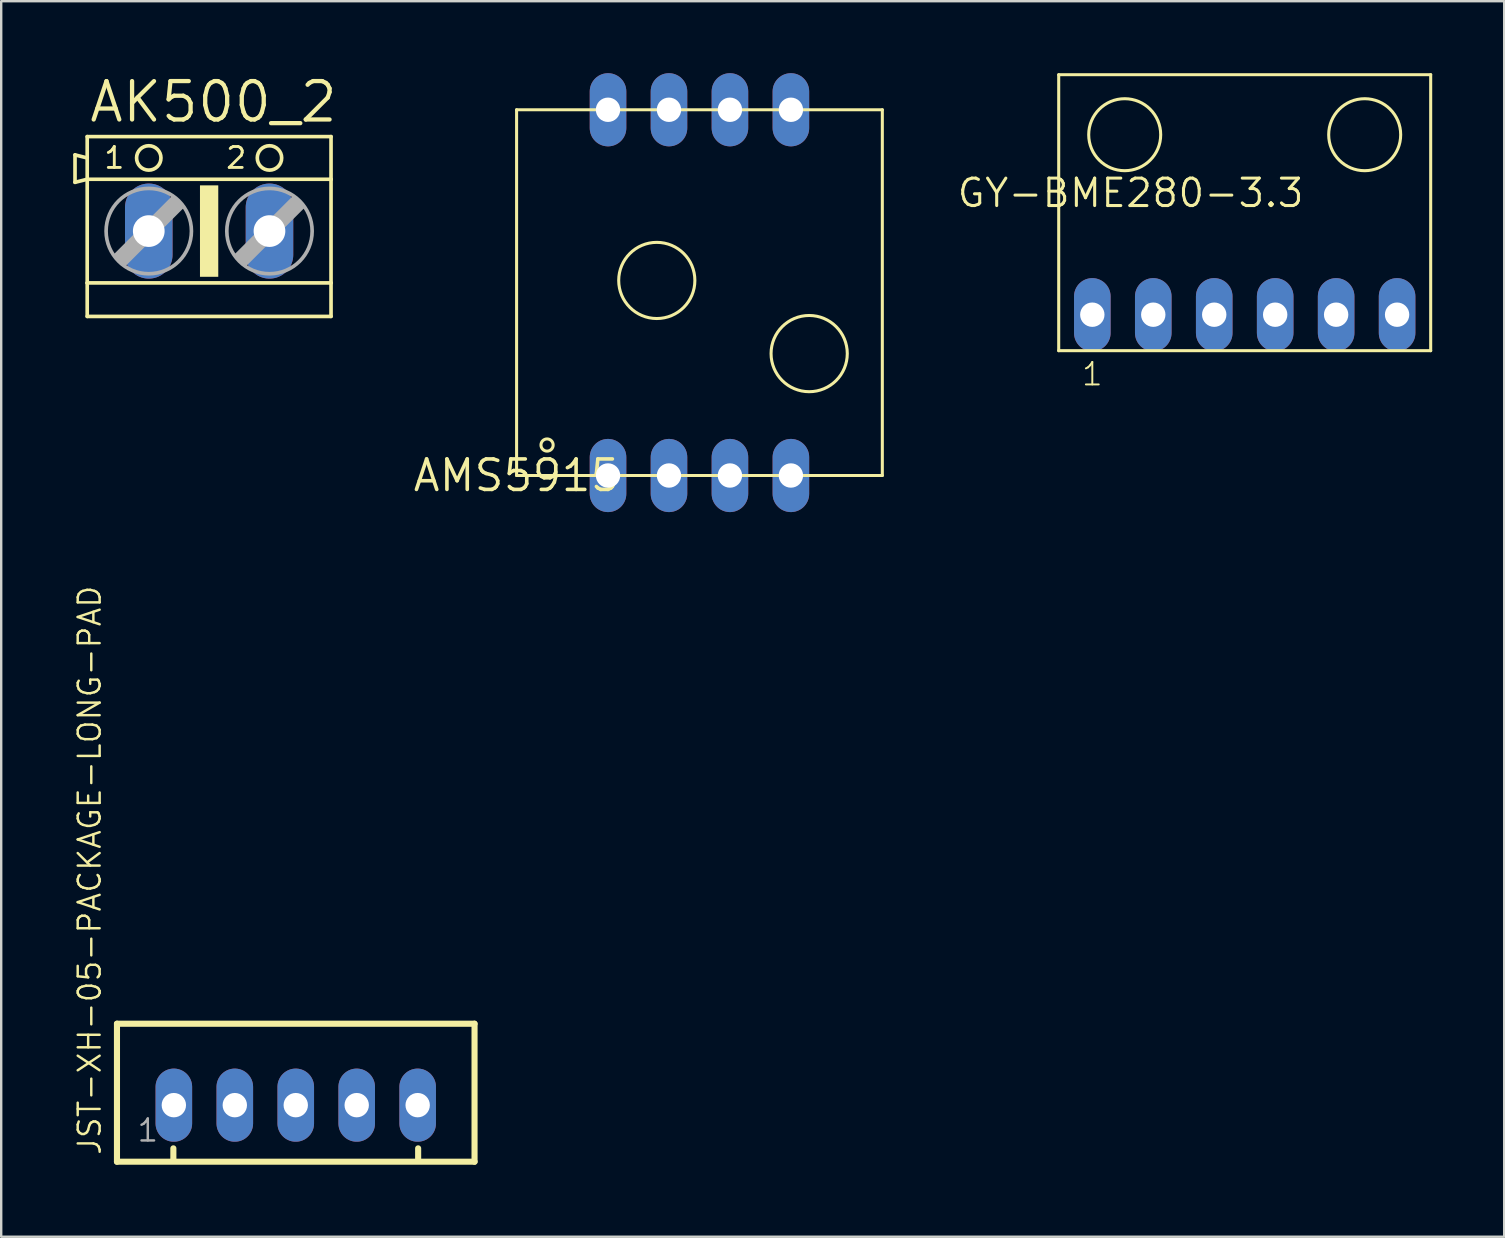
<source format=kicad_pcb>
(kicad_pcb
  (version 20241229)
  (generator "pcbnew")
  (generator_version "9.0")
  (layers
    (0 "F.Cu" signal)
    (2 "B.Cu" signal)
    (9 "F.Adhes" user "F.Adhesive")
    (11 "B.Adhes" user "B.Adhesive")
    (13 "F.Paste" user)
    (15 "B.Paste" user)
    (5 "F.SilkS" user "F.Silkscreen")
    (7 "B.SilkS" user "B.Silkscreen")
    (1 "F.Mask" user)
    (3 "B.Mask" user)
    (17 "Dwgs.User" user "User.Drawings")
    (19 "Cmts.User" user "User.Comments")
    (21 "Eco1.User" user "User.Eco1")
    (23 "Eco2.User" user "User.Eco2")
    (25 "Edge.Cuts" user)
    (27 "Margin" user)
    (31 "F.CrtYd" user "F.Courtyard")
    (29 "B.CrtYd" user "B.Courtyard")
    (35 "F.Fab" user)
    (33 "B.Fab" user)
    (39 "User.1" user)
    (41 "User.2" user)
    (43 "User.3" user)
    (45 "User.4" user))
  (footprint "GY-BME280-3.3"
    (layer "F.Cu")
    (at 48.816 10.293)
    (property "Reference" "GY-BME280-3.3" (at 2.54 -5.969 0) (layer "F.SilkS") (effects (font (size 1.143 1.143) (thickness 0.127)) (justify right top)))
    (fp_line (start -7.75 -10.23) (end 7.75 -10.23) (stroke (width 0.127) (type solid)) (layer "F.SilkS"))
    (fp_line (start -7.75 1.27) (end -7.75 -10.23) (stroke (width 0.127) (type solid)) (layer "F.SilkS"))
    (fp_line (start -7.75 1.27) (end 7.75 1.27) (stroke (width 0.127) (type solid)) (layer "F.SilkS"))
    (fp_line (start 7.75 -10.23) (end 7.75 1.27) (stroke (width 0.127) (type solid)) (layer "F.SilkS"))
    (fp_circle (center -5 -7.73) (end -3.5 -7.73) (stroke (width 0.127) (type solid)) (fill no) (layer "F.SilkS"))
    (fp_circle (center 5 -7.73) (end 6.5 -7.73) (stroke (width 0.127) (type solid)) (fill no) (layer "F.SilkS"))
    (fp_text user "1" (at -6.35 2.794 0) (layer "F.SilkS") (effects (font (size 0.935 0.935) (thickness 0.081)) (justify bottom)))
    (pad "CSB" thru_hole oval (at 3.81 -0.23 270) (size 3.048 1.524) (drill 1.016) (layers "*.Cu" "*.Mask"))
    (pad "GND" thru_hole oval (at -3.81 -0.23 270) (size 3.048 1.524) (drill 1.016) (layers "*.Cu" "*.Mask"))
    (pad "SCL" thru_hole oval (at -1.27 -0.23 270) (size 3.048 1.524) (drill 1.016) (layers "*.Cu" "*.Mask"))
    (pad "SDA" thru_hole oval (at 1.27 -0.23 270) (size 3.048 1.524) (drill 1.016) (layers "*.Cu" "*.Mask"))
    (pad "SDO" thru_hole oval (at 6.35 -0.23 270) (size 3.048 1.524) (drill 1.016) (layers "*.Cu" "*.Mask"))
    (pad "VCC" thru_hole oval (at -6.35 -0.23 270) (size 3.048 1.524) (drill 1.016) (layers "*.Cu" "*.Mask")))
  (footprint "AMS5915"
    (layer "F.Cu")
    (at 18.476 16.764)
    (property "Reference" "AMS5915" (at 0 0 0) (layer "F.SilkS") (effects (font (size 1.27 1.27) (thickness 0.15))))
    (fp_line (start 0 -15.24) (end 15.24 -15.24) (stroke (width 0.127) (type solid)) (layer "F.SilkS"))
    (fp_line (start 0 0) (end 0 -15.24) (stroke (width 0.127) (type solid)) (layer "F.SilkS"))
    (fp_line (start 15.24 -15.24) (end 15.24 0) (stroke (width 0.127) (type solid)) (layer "F.SilkS"))
    (fp_line (start 15.24 0) (end 0 0) (stroke (width 0.127) (type solid)) (layer "F.SilkS"))
    (fp_circle (center 1.27 -1.27) (end 1.524 -1.27) (stroke (width 0.127) (type solid)) (fill no) (layer "F.SilkS"))
    (fp_circle (center 5.842 -8.128) (end 7.429 -8.128) (stroke (width 0.127) (type solid)) (fill no) (layer "F.SilkS"))
    (fp_circle (center 12.192 -5.08) (end 13.78 -5.08) (stroke (width 0.127) (type solid)) (fill no) (layer "F.SilkS"))
    (pad "GND" thru_hole oval (at 3.81 0 90) (size 3.048 1.524) (drill 1.016) (layers "*.Cu" "*.Mask"))
    (pad "NC1" thru_hole oval (at 11.43 -15.24 90) (size 3.048 1.524) (drill 1.016) (layers "*.Cu" "*.Mask"))
    (pad "NC2" thru_hole oval (at 8.89 -15.24 90) (size 3.048 1.524) (drill 1.016) (layers "*.Cu" "*.Mask"))
    (pad "NC3" thru_hole oval (at 6.35 -15.24 90) (size 3.048 1.524) (drill 1.016) (layers "*.Cu" "*.Mask"))
    (pad "NC4" thru_hole oval (at 3.81 -15.24 90) (size 3.048 1.524) (drill 1.016) (layers "*.Cu" "*.Mask"))
    (pad "SCL" thru_hole oval (at 11.43 0 90) (size 3.048 1.524) (drill 1.016) (layers "*.Cu" "*.Mask"))
    (pad "SDA" thru_hole oval (at 8.89 0 90) (size 3.048 1.524) (drill 1.016) (layers "*.Cu" "*.Mask"))
    (pad "VCC" thru_hole oval (at 6.35 0 90) (size 3.048 1.524) (drill 1.016) (layers "*.Cu" "*.Mask")))
  (footprint "JST-XH-05-PACKAGE-LONG-PAD"
    (layer "F.Cu")
    (at 9.274 43.001)
    (property "Reference" "JST-XH-05-PACKAGE-LONG-PAD" (at -8.055 2.14 90) (layer "F.SilkS") (effects (font (size 0.914 0.914) (thickness 0.102)) (justify left bottom)))
    (fp_line (start -7.45 -3.393) (end -7.45 2.357) (stroke (width 0.254) (type solid)) (layer "F.SilkS"))
    (fp_line (start -7.45 2.357) (end 7.45 2.357) (stroke (width 0.254) (type solid)) (layer "F.SilkS"))
    (fp_line (start -5.1 2.3) (end -5.1 1.8) (stroke (width 0.254) (type solid)) (layer "F.SilkS"))
    (fp_line (start 5.1 2.3) (end 5.1 1.8) (stroke (width 0.254) (type solid)) (layer "F.SilkS"))
    (fp_line (start 7.45 -3.393) (end -7.45 -3.393) (stroke (width 0.254) (type solid)) (layer "F.SilkS"))
    (fp_line (start 7.45 2.357) (end 7.45 -3.393) (stroke (width 0.254) (type solid)) (layer "F.SilkS"))
    (fp_text user "1" (at -6.668 1.587 0) (layer "F.Fab") (effects (font (size 0.914 0.914) (thickness 0.102)) (justify left bottom)))
    (pad "1" thru_hole oval (at -5.08 0 90) (size 3.048 1.524) (drill 1.016) (layers "*.Cu" "*.Mask"))
    (pad "2" thru_hole oval (at -2.54 0 90) (size 3.048 1.524) (drill 1.016) (layers "*.Cu" "*.Mask"))
    (pad "3" thru_hole oval (at 0 0 90) (size 3.048 1.524) (drill 1.016) (layers "*.Cu" "*.Mask"))
    (pad "4" thru_hole oval (at 2.54 0 90) (size 3.048 1.524) (drill 1.016) (layers "*.Cu" "*.Mask"))
    (pad "5" thru_hole oval (at 5.08 0 90) (size 3.048 1.524) (drill 1.016) (layers "*.Cu" "*.Mask")))
  (footprint "AK500_2"
    (layer "F.Cu")
    (at 5.664 6.579)
    (property "Reference" "AK500_2" (at -5.08 -4.445 0) (layer "F.SilkS") (effects (font (size 1.6 1.6) (thickness 0.178)) (justify left bottom)))
    (fp_line (start -5.588 -3.175) (end -5.588 -2.032) (stroke (width 0.152) (type solid)) (layer "F.SilkS"))
    (fp_line (start -5.588 -2.032) (end -5.08 -2.159) (stroke (width 0.152) (type solid)) (layer "F.SilkS"))
    (fp_line (start -5.08 -3.048) (end -5.588 -3.175) (stroke (width 0.152) (type solid)) (layer "F.SilkS"))
    (fp_line (start -5.08 -3.048) (end -5.08 -3.937) (stroke (width 0.152) (type solid)) (layer "F.SilkS"))
    (fp_line (start -5.08 -2.159) (end -5.08 -3.048) (stroke (width 0.152) (type solid)) (layer "F.SilkS"))
    (fp_line (start -5.08 -2.159) (end 5.08 -2.159) (stroke (width 0.152) (type solid)) (layer "F.SilkS"))
    (fp_line (start -5.08 2.159) (end -5.08 -2.159) (stroke (width 0.152) (type solid)) (layer "F.SilkS"))
    (fp_line (start -5.08 2.159) (end 5.08 2.159) (stroke (width 0.152) (type solid)) (layer "F.SilkS"))
    (fp_line (start -5.08 3.556) (end -5.08 2.159) (stroke (width 0.152) (type solid)) (layer "F.SilkS"))
    (fp_line (start -5.08 3.556) (end 5.08 3.556) (stroke (width 0.152) (type solid)) (layer "F.SilkS"))
    (fp_line (start 5.08 -3.937) (end -5.08 -3.937) (stroke (width 0.152) (type solid)) (layer "F.SilkS"))
    (fp_line (start 5.08 -3.937) (end 5.08 -2.159) (stroke (width 0.152) (type solid)) (layer "F.SilkS"))
    (fp_line (start 5.08 -2.159) (end 5.08 2.159) (stroke (width 0.152) (type solid)) (layer "F.SilkS"))
    (fp_line (start 5.08 2.159) (end 5.08 3.556) (stroke (width 0.152) (type solid)) (layer "F.SilkS"))
    (fp_circle (center -2.515 -3.048) (end -2.007 -3.048) (stroke (width 0.152) (type solid)) (fill no) (layer "F.SilkS"))
    (fp_circle (center 2.515 -3.048) (end 3.023 -3.048) (stroke (width 0.152) (type solid)) (fill no) (layer "F.SilkS"))
    (fp_poly (pts (xy -0.381 1.905) (xy 0.381 1.905) (xy 0.381 -1.905) (xy -0.381 -1.905)) (stroke (width 0) (type default)) (fill yes) (layer "F.SilkS"))
    (fp_line (start -3.912 1.016) (end -3.531 1.397) (stroke (width 0.152) (type solid)) (layer "F.Fab"))
    (fp_line (start -3.912 1.016) (end -1.499 -1.397) (stroke (width 0.152) (type solid)) (layer "F.Fab"))
    (fp_line (start -3.531 1.016) (end -1.499 -1.016) (stroke (width 0.61) (type solid)) (layer "F.Fab"))
    (fp_line (start -3.531 1.397) (end -1.118 -1.016) (stroke (width 0.152) (type solid)) (layer "F.Fab"))
    (fp_line (start -1.499 -1.397) (end -1.118 -1.016) (stroke (width 0.152) (type solid)) (layer "F.Fab"))
    (fp_line (start 1.118 1.016) (end 1.499 1.397) (stroke (width 0.152) (type solid)) (layer "F.Fab"))
    (fp_line (start 1.118 1.016) (end 3.531 -1.397) (stroke (width 0.152) (type solid)) (layer "F.Fab"))
    (fp_line (start 1.499 1.016) (end 3.531 -1.016) (stroke (width 0.61) (type solid)) (layer "F.Fab"))
    (fp_line (start 1.499 1.397) (end 3.912 -1.016) (stroke (width 0.152) (type solid)) (layer "F.Fab"))
    (fp_line (start 3.531 -1.397) (end 3.912 -1.016) (stroke (width 0.152) (type solid)) (layer "F.Fab"))
    (fp_circle (center -2.515 0) (end -0.737 0) (stroke (width 0.152) (type solid)) (fill no) (layer "F.Fab"))
    (fp_circle (center 2.515 0) (end 4.293 0) (stroke (width 0.152) (type solid)) (fill no) (layer "F.Fab"))
    (fp_text user "1" (at -4.445 -2.54 0) (layer "F.SilkS") (effects (font (size 0.872 0.872) (thickness 0.119)) (justify left bottom)))
    (fp_text user "2" (at 0.635 -2.54 0) (layer "F.SilkS") (effects (font (size 0.872 0.872) (thickness 0.119)) (justify left bottom)))
    (pad "1" thru_hole oval (at -2.515 0 90) (size 3.962 1.981) (drill 1.321) (layers "*.Cu" "*.Mask"))
    (pad "2" thru_hole oval (at 2.515 0 90) (size 3.962 1.981) (drill 1.321) (layers "*.Cu" "*.Mask")))
  (gr_rect
    (start -3 -3)
    (end 59.629 48.485)
    (stroke (width 0.1) (type default))
    (fill no)
    (layer "Edge.Cuts")))
</source>
